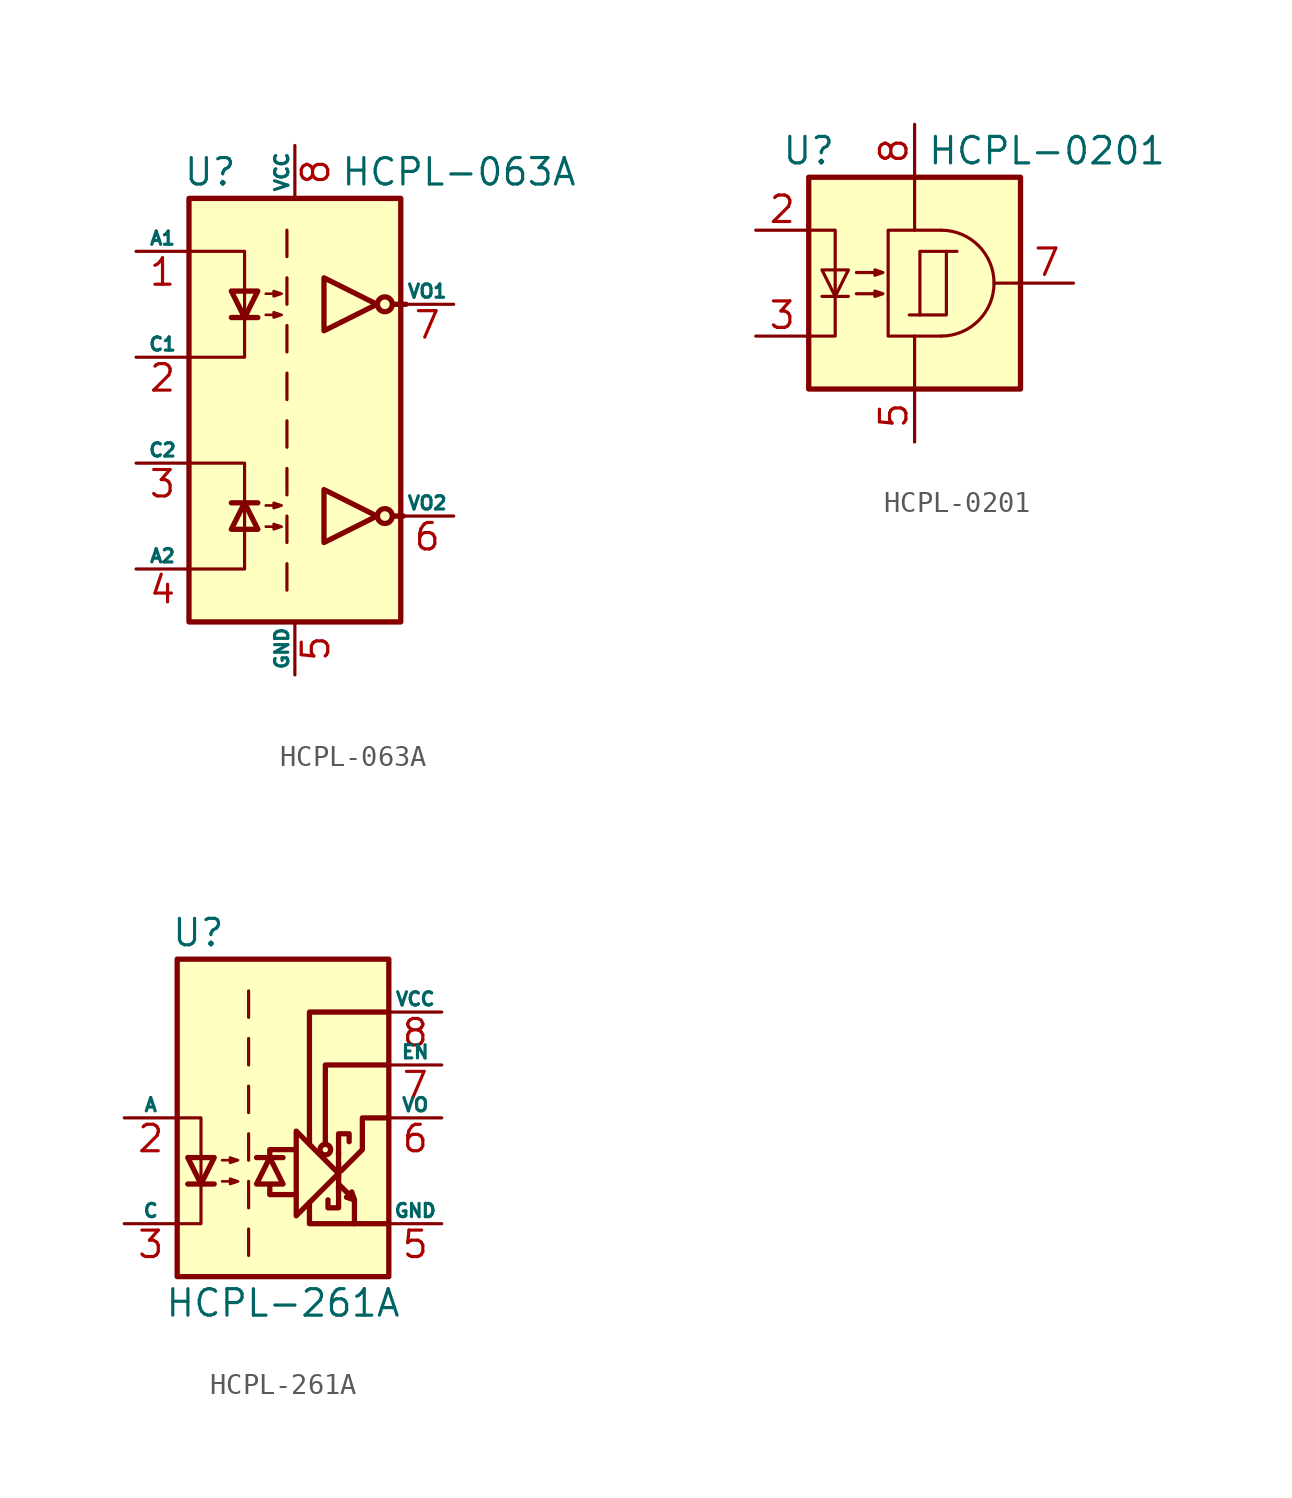
<source format=kicad_sym>
(kicad_symbol_lib
  (version 20200908)
  (generator kicad_symbol_editor)
  (symbol "Isolator:HCPL-063A"
    (pin_names
      (offset 0))
    (property "Reference" "U"
      (at -4.064 11.43 0)
      (effects (font (size 1.27 1.27))))
    (property "Value" "HCPL-063A"
      (at 7.874 11.43 0)
      (effects (font (size 1.27 1.27))))
    (symbol "HCPL-063A_1_1"
      (circle (center 4.318 -5.08) (radius 0.356) (stroke (width 0.254)) (fill (type none)))
      (circle (center 4.318 5.08) (radius 0.356) (stroke (width 0.254)) (fill (type none)))
      (polyline (pts (xy -3.048 -4.445) (xy -1.778 -4.445)) (stroke (width 0.254)) (fill (type none)))
      (polyline (pts (xy -3.048 4.445) (xy -1.778 4.445)) (stroke (width 0.254)) (fill (type none)))
      (polyline (pts (xy -0.381 -7.366) (xy -0.381 -8.636)) (stroke (width 0)) (fill (type none)))
      (polyline (pts (xy -0.381 -5.08) (xy -0.381 -6.35)) (stroke (width 0)) (fill (type none)))
      (polyline (pts (xy -0.381 -2.794) (xy -0.381 -4.064)) (stroke (width 0)) (fill (type none)))
      (polyline (pts (xy -0.381 -0.508) (xy -0.381 -1.778)) (stroke (width 0)) (fill (type none)))
      (polyline (pts (xy -0.381 1.778) (xy -0.381 0.508)) (stroke (width 0)) (fill (type none)))
      (polyline (pts (xy -0.381 4.064) (xy -0.381 2.794)) (stroke (width 0)) (fill (type none)))
      (polyline (pts (xy -0.381 6.35) (xy -0.381 5.08)) (stroke (width 0)) (fill (type none)))
      (polyline (pts (xy -0.381 8.636) (xy -0.381 7.366)) (stroke (width 0)) (fill (type none)))
      (polyline (pts (xy 4.699 -5.08) (xy 5.207 -5.08)) (stroke (width 0.254)) (fill (type none)))
      (polyline (pts (xy 4.699 5.08) (xy 5.334 5.08)) (stroke (width 0.254)) (fill (type none)))
      (polyline (pts (xy -4.953 -7.62) (xy -2.413 -7.62) (xy -2.413 -5.715)) (stroke (width 0)) (fill (type none)))
      (polyline (pts (xy -4.953 7.62) (xy -2.413 7.62) (xy -2.413 4.318)) (stroke (width 0)) (fill (type none)))
      (polyline (pts (xy -2.413 -5.842) (xy -2.413 -2.54) (xy -4.953 -2.54)) (stroke (width 0)) (fill (type none)))
      (polyline (pts (xy -2.413 4.445) (xy -2.413 2.54) (xy -4.953 2.54)) (stroke (width 0)) (fill (type none)))
      (polyline (pts (xy -2.413 -4.445) (xy -3.048 -5.715) (xy -1.778 -5.715) (xy -2.413 -4.445)) (stroke (width 0.254)) (fill (type none)))
      (polyline (pts (xy -2.413 4.445) (xy -3.048 5.715) (xy -1.778 5.715) (xy -2.413 4.445)) (stroke (width 0.254)) (fill (type none)))
      (polyline (pts (xy 3.937 -5.08) (xy 1.397 -3.81) (xy 1.397 -6.35) (xy 3.937 -5.08)) (stroke (width 0.254)) (fill (type none)))
      (polyline (pts (xy 3.937 5.08) (xy 1.397 6.35) (xy 1.397 3.81) (xy 3.937 5.08)) (stroke (width 0.254)) (fill (type none)))
      (polyline (pts (xy -1.397 -5.588) (xy -0.635 -5.588) (xy -1.016 -5.715) (xy -1.016 -5.461) (xy -0.635 -5.588)) (stroke (width 0.127)) (fill (type none)))
      (polyline (pts (xy -1.397 -4.572) (xy -0.635 -4.572) (xy -1.016 -4.699) (xy -1.016 -4.445) (xy -0.635 -4.572)) (stroke (width 0.127)) (fill (type none)))
      (polyline (pts (xy -1.397 4.572) (xy -0.635 4.572) (xy -1.016 4.445) (xy -1.016 4.699) (xy -0.635 4.572)) (stroke (width 0.127)) (fill (type none)))
      (polyline (pts (xy -1.397 5.588) (xy -0.635 5.588) (xy -1.016 5.461) (xy -1.016 5.715) (xy -0.635 5.588)) (stroke (width 0.127)) (fill (type none)))
      (pin passive line (at -7.62 7.62 0) (length 2.54) (name "A1" (effects (font (size 0.635 0.635)))) (number "1" (effects (font (size 1.27 1.27)))))
      (pin passive line (at -7.62 2.54 0) (length 2.54) (name "C1" (effects (font (size 0.635 0.635)))) (number "2" (effects (font (size 1.27 1.27)))))
      (pin passive line (at -7.62 -2.54 0) (length 2.54) (name "C2" (effects (font (size 0.635 0.635)))) (number "3" (effects (font (size 1.27 1.27)))))
      (pin passive line (at -7.62 -7.62 0) (length 2.54) (name "A2" (effects (font (size 0.635 0.635)))) (number "4" (effects (font (size 1.27 1.27)))))
      (pin power_in line (at 0 -12.7 90) (length 2.54) (name "GND" (effects (font (size 0.635 0.635)))) (number "5" (effects (font (size 1.27 1.27)))))
      (pin open_collector line (at 7.62 -5.08 180) (length 2.54) (name "VO2" (effects (font (size 0.635 0.635)))) (number "6" (effects (font (size 1.27 1.27)))))
      (pin open_collector line (at 7.62 5.08 180) (length 2.54) (name "VO1" (effects (font (size 0.635 0.635)))) (number "7" (effects (font (size 1.27 1.27)))))
      (pin power_in line (at 0 12.7 270) (length 2.54) (name "VCC" (effects (font (size 0.635 0.635)))) (number "8" (effects (font (size 1.27 1.27))))))
    (symbol "HCPL-063A_0_1"
      (rectangle (start -5.08 10.16) (end 5.08 -10.16) (stroke (width 0.254)) (fill (type background)))))
  (symbol "Isolator:HCPL-0201"
    (property "Reference" "U"
      (at -5.08 6.35 0)
      (effects (font (size 1.27 1.27))))
    (property "Value" "HCPL-0201"
      (at 6.35 6.35 0)
      (effects (font (size 1.27 1.27))))
    (symbol "HCPL-0201_1_1"
      (arc (start 1.27 -2.54) (end 1.27 2.54) (radius (at 1.27 0) (length 2.54) (angles -89.9 89.9)) (stroke (width 0)) (fill (type none)))
      (rectangle (start -5.08 5.08) (end 5.08 -5.08) (stroke (width 0.254)) (fill (type background)))
      (polyline (pts (xy -4.445 -0.635) (xy -3.175 -0.635)) (stroke (width 0)) (fill (type none)))
      (polyline (pts (xy 0 2.54) (xy 0 5.08)) (stroke (width 0)) (fill (type none)))
      (polyline (pts (xy 0 -2.54) (xy 0 -5.08) (xy 0 -3.81)) (stroke (width 0)) (fill (type none)))
      (polyline (pts (xy -5.08 -2.54) (xy -3.81 -2.54) (xy -3.81 2.54) (xy -5.08 2.54)) (stroke (width 0)) (fill (type none)))
      (polyline (pts (xy -3.81 -0.635) (xy -4.445 0.635) (xy -3.175 0.635) (xy -3.81 -0.635)) (stroke (width 0)) (fill (type none)))
      (polyline (pts (xy 1.27 -2.54) (xy -1.27 -2.54) (xy -1.27 2.54) (xy 1.27 2.54)) (stroke (width 0)) (fill (type none)))
      (polyline (pts (xy -2.794 -0.508) (xy -1.524 -0.508) (xy -1.905 -0.635) (xy -1.905 -0.381) (xy -1.524 -0.508)) (stroke (width 0)) (fill (type none)))
      (polyline (pts (xy -2.794 0.508) (xy -1.524 0.508) (xy -1.905 0.381) (xy -1.905 0.635) (xy -1.524 0.508)) (stroke (width 0)) (fill (type none)))
      (pin unconnected line (at -5.08 0 0) (length 2.54) hide (name "~" (effects (font (size 1.27 1.27)))) (number "1" (effects (font (size 1.27 1.27)))))
      (pin passive line (at -7.62 2.54 0) (length 2.54) (name "~" (effects (font (size 1.27 1.27)))) (number "2" (effects (font (size 1.27 1.27)))))
      (pin passive line (at -7.62 -2.54 0) (length 2.54) (name "~" (effects (font (size 1.27 1.27)))) (number "3" (effects (font (size 1.27 1.27)))))
      (pin unconnected line (at -5.08 -5.08 0) (length 2.54) hide (name "~" (effects (font (size 1.27 1.27)))) (number "4" (effects (font (size 1.27 1.27)))))
      (pin power_in line (at 0 -7.62 90) (length 2.54) (name "~" (effects (font (size 1.27 1.27)))) (number "5" (effects (font (size 1.27 1.27)))))
      (pin unconnected line (at 5.08 -2.54 180) (length 2.54) hide (name "~" (effects (font (size 1.27 1.27)))) (number "6" (effects (font (size 1.27 1.27)))))
      (pin output line (at 7.62 0 180) (length 2.54) (name "~" (effects (font (size 1.27 1.27)))) (number "7" (effects (font (size 1.27 1.27)))))
      (pin power_in line (at 0 7.62 270) (length 2.54) (name "~" (effects (font (size 1.27 1.27)))) (number "8" (effects (font (size 1.27 1.27))))))
    (symbol "HCPL-0201_0_1"
      (rectangle (start 0.254 1.524) (end 1.524 -1.524) (stroke (width 0)) (fill (type none)))
      (polyline (pts (xy 0.254 -1.524) (xy -0.254 -1.524)) (stroke (width 0)) (fill (type none)))
      (polyline (pts (xy 1.524 1.524) (xy 2.032 1.524)) (stroke (width 0)) (fill (type none)))
      (polyline (pts (xy 5.08 0) (xy 3.81 0)) (stroke (width 0)) (fill (type none)))))
  (symbol "Isolator:HCPL-261A"
    (pin_names
      (offset 0))
    (property "Reference" "U"
      (at -4.064 8.89 0)
      (effects (font (size 1.27 1.27))))
    (property "Value" "HCPL-261A"
      (at 0 -8.89 0)
      (effects (font (size 1.27 1.27))))
    (symbol "HCPL-261A_0_1"
      (circle (center 2.032 -1.524) (radius 0.254) (stroke (width 0.254)) (fill (type none)))
      (polyline (pts (xy 2.667 -3.556) (xy 2.667 -1.651)) (stroke (width 0.254)) (fill (type none)))
      (polyline (pts (xy 2.667 -2.159) (xy 2.667 -2.921)) (stroke (width 0.254)) (fill (type none)))
      (polyline (pts (xy 3.429 -3.937) (xy 3.429 -5.08)) (stroke (width 0.254)) (fill (type none)))
      (polyline (pts (xy -0.635 -3.302) (xy -0.635 -3.683) (xy 0.635 -3.683)) (stroke (width 0.254)) (fill (type none)))
      (polyline (pts (xy -0.635 -1.905) (xy -0.635 -1.524) (xy 0.508 -1.524)) (stroke (width 0.254)) (fill (type none)))
      (polyline (pts (xy 1.27 -4.064) (xy 1.27 -5.08) (xy 5.08 -5.08)) (stroke (width 0.254)) (fill (type none)))
      (polyline (pts (xy 1.27 -1.27) (xy 1.27 5.08) (xy 5.08 5.08)) (stroke (width 0.254)) (fill (type none)))
      (polyline (pts (xy 2.032 -1.27) (xy 2.032 2.54) (xy 5.08 2.54)) (stroke (width 0.254)) (fill (type none)))
      (polyline (pts (xy -5.08 -5.08) (xy -3.937 -5.08) (xy -3.937 0) (xy -5.08 0)) (stroke (width 0)) (fill (type none)))
      (polyline (pts (xy 2.667 -3.302) (xy 2.667 -4.318) (xy 2.159 -4.318) (xy 2.159 -3.937)) (stroke (width 0.254)) (fill (type none)))
      (polyline (pts (xy 2.667 -2.667) (xy 0.635 -4.699) (xy 0.635 -0.635) (xy 2.667 -2.667)) (stroke (width 0.254)) (fill (type none)))
      (polyline (pts (xy 2.667 -1.778) (xy 2.667 -0.762) (xy 3.175 -0.762) (xy 3.175 -1.143)) (stroke (width 0.254)) (fill (type none)))
      (polyline (pts (xy 2.794 -2.54) (xy 3.81 -1.524) (xy 3.81 0) (xy 5.08 0)) (stroke (width 0.254)) (fill (type none)))
      (polyline (pts (xy 2.667 -3.175) (xy 3.429 -3.937) (xy 3.302 -3.556) (xy 3.048 -3.81) (xy 3.429 -3.937)) (stroke (width 0.254)) (fill (type none))))
    (symbol "HCPL-261A_1_1"
      (rectangle (start -5.08 7.62) (end 5.08 -7.62) (stroke (width 0.254)) (fill (type background)))
      (polyline (pts (xy -4.572 -3.175) (xy -3.302 -3.175)) (stroke (width 0.254)) (fill (type none)))
      (polyline (pts (xy -1.651 -5.334) (xy -1.651 -6.604)) (stroke (width 0)) (fill (type none)))
      (polyline (pts (xy -1.651 -3.048) (xy -1.651 -4.318)) (stroke (width 0)) (fill (type none)))
      (polyline (pts (xy -1.651 -0.762) (xy -1.651 -2.032)) (stroke (width 0)) (fill (type none)))
      (polyline (pts (xy -1.651 1.524) (xy -1.651 0.254)) (stroke (width 0)) (fill (type none)))
      (polyline (pts (xy -1.651 3.81) (xy -1.651 2.54)) (stroke (width 0)) (fill (type none)))
      (polyline (pts (xy -1.651 6.096) (xy -1.651 4.826)) (stroke (width 0)) (fill (type none)))
      (polyline (pts (xy -1.27 -1.905) (xy 0 -1.905)) (stroke (width 0.254)) (fill (type none)))
      (polyline (pts (xy -3.937 -3.175) (xy -4.572 -1.905) (xy -3.302 -1.905) (xy -3.937 -3.175)) (stroke (width 0.254)) (fill (type none)))
      (polyline (pts (xy -0.635 -1.905) (xy -1.27 -3.175) (xy 0 -3.175) (xy -0.635 -1.905)) (stroke (width 0.254)) (fill (type none)))
      (polyline (pts (xy -2.921 -3.048) (xy -2.159 -3.048) (xy -2.54 -3.175) (xy -2.54 -2.921) (xy -2.159 -3.048)) (stroke (width 0.127)) (fill (type none)))
      (polyline (pts (xy -2.921 -2.032) (xy -2.159 -2.032) (xy -2.54 -2.159) (xy -2.54 -1.905) (xy -2.159 -2.032)) (stroke (width 0.127)) (fill (type none)))
      (pin unconnected line (at -5.08 5.08 0) (length 2.54) hide (name "NC" (effects (font (size 0.635 0.635)))) (number "1" (effects (font (size 1.27 1.27)))))
      (pin passive line (at -7.62 0 0) (length 2.54) (name "A" (effects (font (size 0.635 0.635)))) (number "2" (effects (font (size 1.27 1.27)))))
      (pin passive line (at -7.62 -5.08 0) (length 2.54) (name "C" (effects (font (size 0.635 0.635)))) (number "3" (effects (font (size 1.27 1.27)))))
      (pin power_in line (at 7.62 -5.08 180) (length 2.54) (name "GND" (effects (font (size 0.635 0.635)))) (number "5" (effects (font (size 1.27 1.27)))))
      (pin open_collector line (at 7.62 0 180) (length 2.54) (name "VO" (effects (font (size 0.635 0.635)))) (number "6" (effects (font (size 1.27 1.27)))))
      (pin input line (at 7.62 2.54 180) (length 2.54) (name "EN" (effects (font (size 0.635 0.635)))) (number "7" (effects (font (size 1.27 1.27)))))
      (pin power_in line (at 7.62 5.08 180) (length 2.54) (name "VCC" (effects (font (size 0.635 0.635)))) (number "8" (effects (font (size 1.27 1.27))))))))
</source>
